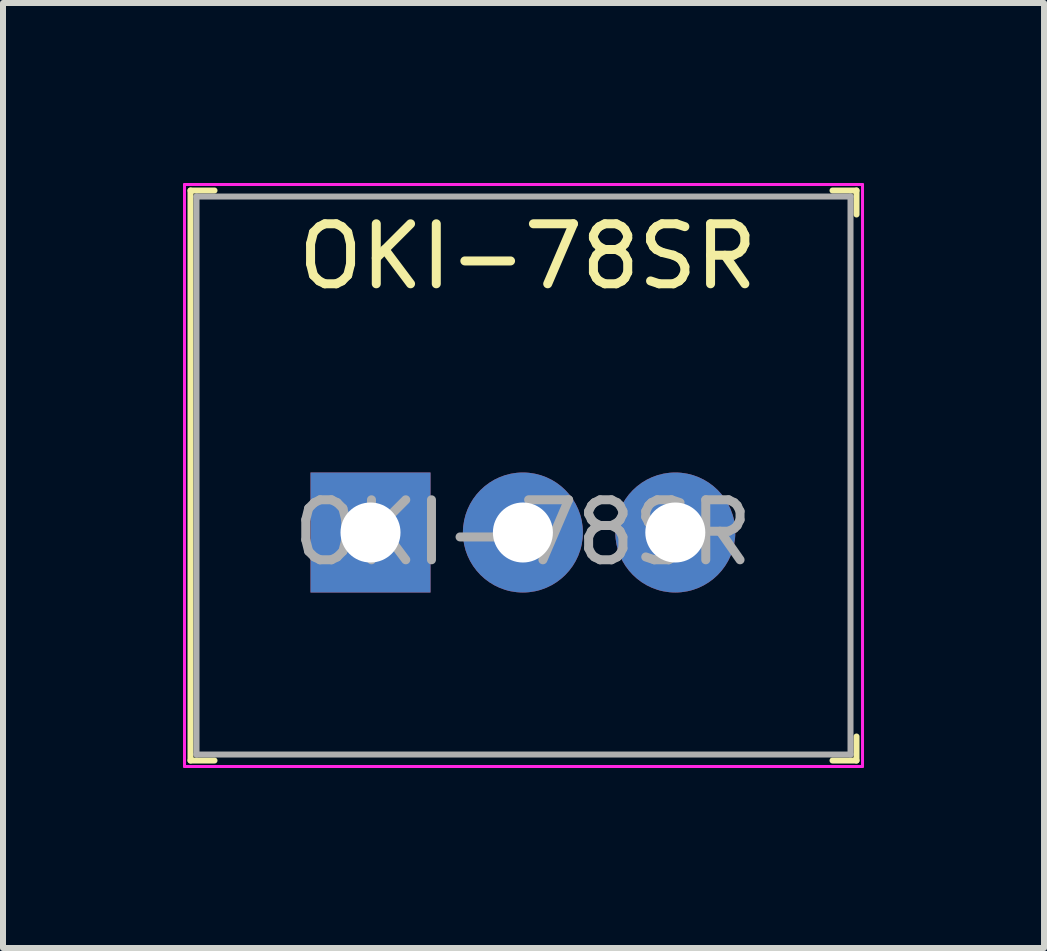
<source format=kicad_pcb>
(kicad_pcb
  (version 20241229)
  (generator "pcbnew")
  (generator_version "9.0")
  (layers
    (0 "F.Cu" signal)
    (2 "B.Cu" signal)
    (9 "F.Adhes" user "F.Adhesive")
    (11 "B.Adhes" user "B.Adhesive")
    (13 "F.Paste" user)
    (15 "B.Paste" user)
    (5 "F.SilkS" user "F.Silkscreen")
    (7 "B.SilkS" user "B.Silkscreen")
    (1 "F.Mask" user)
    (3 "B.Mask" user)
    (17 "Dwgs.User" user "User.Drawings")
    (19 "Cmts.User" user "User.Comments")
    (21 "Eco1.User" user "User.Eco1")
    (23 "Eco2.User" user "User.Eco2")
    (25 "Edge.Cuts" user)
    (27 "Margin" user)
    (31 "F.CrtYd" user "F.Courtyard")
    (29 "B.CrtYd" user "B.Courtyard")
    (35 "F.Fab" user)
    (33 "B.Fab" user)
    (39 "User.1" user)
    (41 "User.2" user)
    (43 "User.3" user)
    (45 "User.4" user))
  (footprint "OKI-78SR"
    (layer "F.Cu")
    (at 3.125 5.825)
    (property "Reference" "OKI-78SR" (at 2.62 -4.6 0) (layer "F.SilkS") (effects (font (size 1 1) (thickness 0.15))))
    (attr through_hole)
    (fp_line (start -3 -5.7) (end -2.6 -5.7) (stroke (width 0.1) (type solid)) (layer "F.SilkS"))
    (fp_line (start -3 3.8) (end -3 -5.7) (stroke (width 0.1) (type solid)) (layer "F.SilkS"))
    (fp_line (start -3 3.8) (end -2.6 3.8) (stroke (width 0.1) (type solid)) (layer "F.SilkS"))
    (fp_line (start 7.7 -5.7) (end 8.1 -5.7) (stroke (width 0.1) (type solid)) (layer "F.SilkS"))
    (fp_line (start 8.1 -5.7) (end 8.1 -5.3) (stroke (width 0.1) (type solid)) (layer "F.SilkS"))
    (fp_line (start 8.1 3.8) (end 7.7 3.8) (stroke (width 0.1) (type solid)) (layer "F.SilkS"))
    (fp_line (start 8.1 3.8) (end 8.1 3.4) (stroke (width 0.1) (type solid)) (layer "F.SilkS"))
    (fp_line (start -3.1 -5.8) (end -3.1 3.9) (stroke (width 0.05) (type solid)) (layer "F.CrtYd"))
    (fp_line (start -3.1 -5.8) (end 8.2 -5.8) (stroke (width 0.05) (type solid)) (layer "F.CrtYd"))
    (fp_line (start -3.1 3.9) (end 8.2 3.9) (stroke (width 0.05) (type solid)) (layer "F.CrtYd"))
    (fp_line (start 8.2 -5.8) (end 8.2 3.9) (stroke (width 0.05) (type solid)) (layer "F.CrtYd"))
    (fp_line (start -2.9 -5.6) (end -2.9 3.7) (stroke (width 0.1) (type solid)) (layer "F.Fab"))
    (fp_line (start -2.9 -5.6) (end 8 -5.6) (stroke (width 0.1) (type solid)) (layer "F.Fab"))
    (fp_line (start -2.9 3.7) (end 8 3.7) (stroke (width 0.1) (type solid)) (layer "F.Fab"))
    (fp_line (start 8 3.7) (end 8 -5.6) (stroke (width 0.1) (type solid)) (layer "F.Fab"))
    (fp_text user "${REFERENCE}" (at 2.54 0 0) (layer "F.Fab") (effects (font (size 1 1) (thickness 0.15))))
    (pad "1" thru_hole rect (at 0 0) (size 2 2) (drill 1) (layers "*.Cu" "*.Mask"))
    (pad "2" thru_hole circle (at 2.54 0) (size 2 2) (drill 1) (layers "*.Cu" "*.Mask"))
    (pad "3" thru_hole circle (at 5.08 0) (size 2 2) (drill 1) (layers "*.Cu" "*.Mask")))
  (gr_rect
    (start -3 -3)
    (end 14.35 12.75)
    (stroke (width 0.1) (type default))
    (fill no)
    (layer "Edge.Cuts")))
</source>
